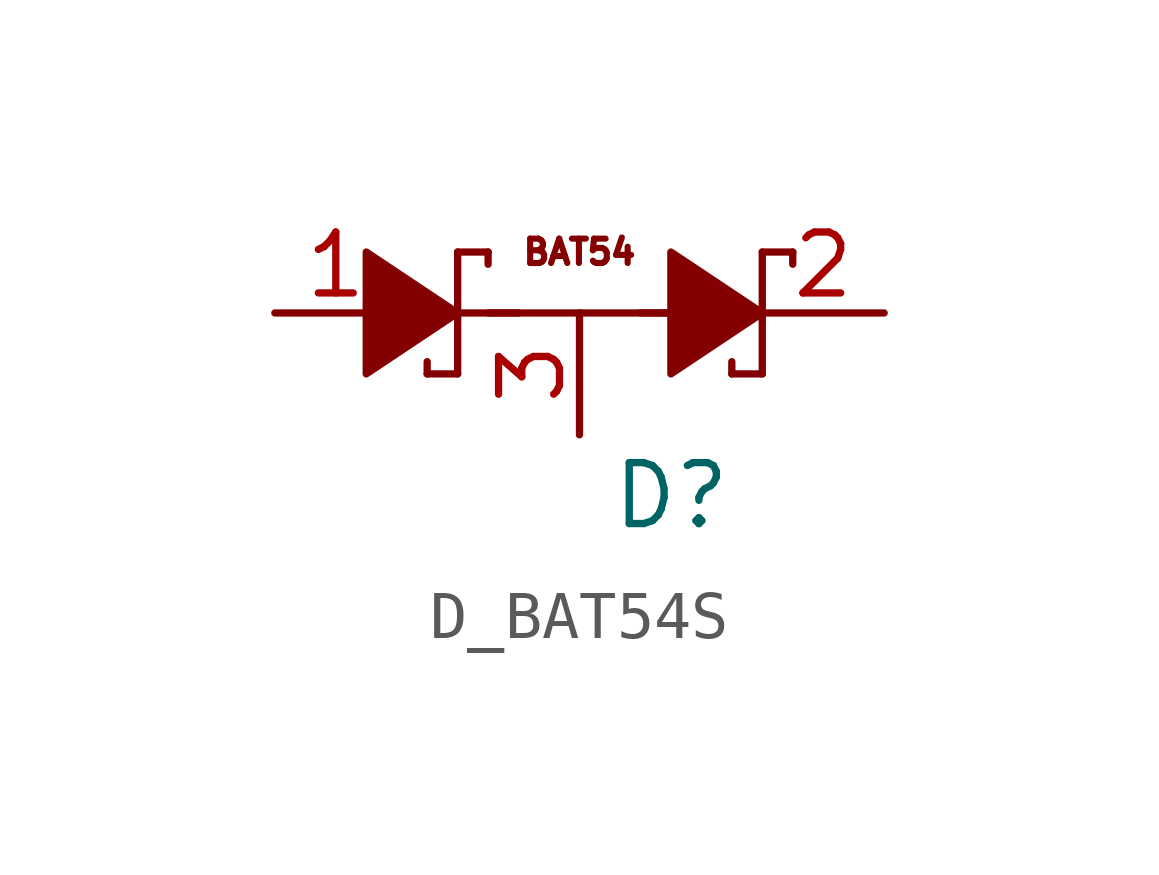
<source format=kicad_sym>
(kicad_symbol_lib
  (version 20211014)
  (generator kicad_symbol_editor)
  (symbol "D_BAT54S"
    (pin_names
      (offset 1.016))
    (property "Reference" "D"
      (at 0.635 -3.81 0)
      (effects (font (size 1.27 1.27)) (justify left)))
    (symbol "D_BAT54S_0_0"
      (text "BAT54" (at 0 1.27 0) (effects (font (size 0.508 0.508)))))
    (symbol "D_BAT54S_0_1"
      (polyline (pts (xy -3.81 0) (xy -1.27 0)) (stroke (width 0) (type default) (color 0 0 0 0)) (fill (type none)))
      (polyline (pts (xy -3.175 -1.27) (xy -3.175 -1.016)) (stroke (width 0) (type default) (color 0 0 0 0)) (fill (type none)))
      (polyline (pts (xy -2.54 -1.27) (xy -3.175 -1.27)) (stroke (width 0) (type default) (color 0 0 0 0)) (fill (type none)))
      (polyline (pts (xy -2.54 -1.27) (xy -2.54 1.27)) (stroke (width 0) (type default) (color 0 0 0 0)) (fill (type none)))
      (polyline (pts (xy -2.54 1.27) (xy -1.905 1.27)) (stroke (width 0) (type default) (color 0 0 0 0)) (fill (type none)))
      (polyline (pts (xy -1.905 0) (xy 1.905 0)) (stroke (width 0) (type default) (color 0 0 0 0)) (fill (type none)))
      (polyline (pts (xy -1.905 1.27) (xy -1.905 1.016)) (stroke (width 0) (type default) (color 0 0 0 0)) (fill (type none)))
      (polyline (pts (xy 1.27 0) (xy 3.81 0)) (stroke (width 0) (type default) (color 0 0 0 0)) (fill (type none)))
      (polyline (pts (xy 3.175 -1.27) (xy 3.175 -1.016)) (stroke (width 0) (type default) (color 0 0 0 0)) (fill (type none)))
      (polyline (pts (xy 3.81 -1.27) (xy 3.175 -1.27)) (stroke (width 0) (type default) (color 0 0 0 0)) (fill (type none)))
      (polyline (pts (xy 3.81 -1.27) (xy 3.81 1.27)) (stroke (width 0) (type default) (color 0 0 0 0)) (fill (type none)))
      (polyline (pts (xy 3.81 1.27) (xy 4.445 1.27)) (stroke (width 0) (type default) (color 0 0 0 0)) (fill (type none)))
      (polyline (pts (xy 4.445 1.27) (xy 4.445 1.016)) (stroke (width 0) (type default) (color 0 0 0 0)) (fill (type none)))
      (polyline (pts (xy -4.445 1.27) (xy -4.445 -1.27) (xy -2.54 0) (xy -4.445 1.27)) (stroke (width 0) (type default) (color 0 0 0 0)) (fill (type outline)))
      (polyline (pts (xy 1.905 1.27) (xy 1.905 -1.27) (xy 3.81 0) (xy 1.905 1.27)) (stroke (width 0) (type default) (color 0 0 0 0)) (fill (type outline))))
    (symbol "D_BAT54S_1_1"
      (pin passive line (at -6.35 0 0) (length 2.54) (name "~" (effects (font (size 1.27 1.27)))) (number "1" (effects (font (size 1.27 1.27)))))
      (pin passive line (at 6.35 0 180) (length 2.54) (name "~" (effects (font (size 1.27 1.27)))) (number "2" (effects (font (size 1.27 1.27)))))
      (pin passive line (at 0 -2.54 90) (length 2.54) (name "~" (effects (font (size 1.27 1.27)))) (number "3" (effects (font (size 1.27 1.27))))))))
</source>
